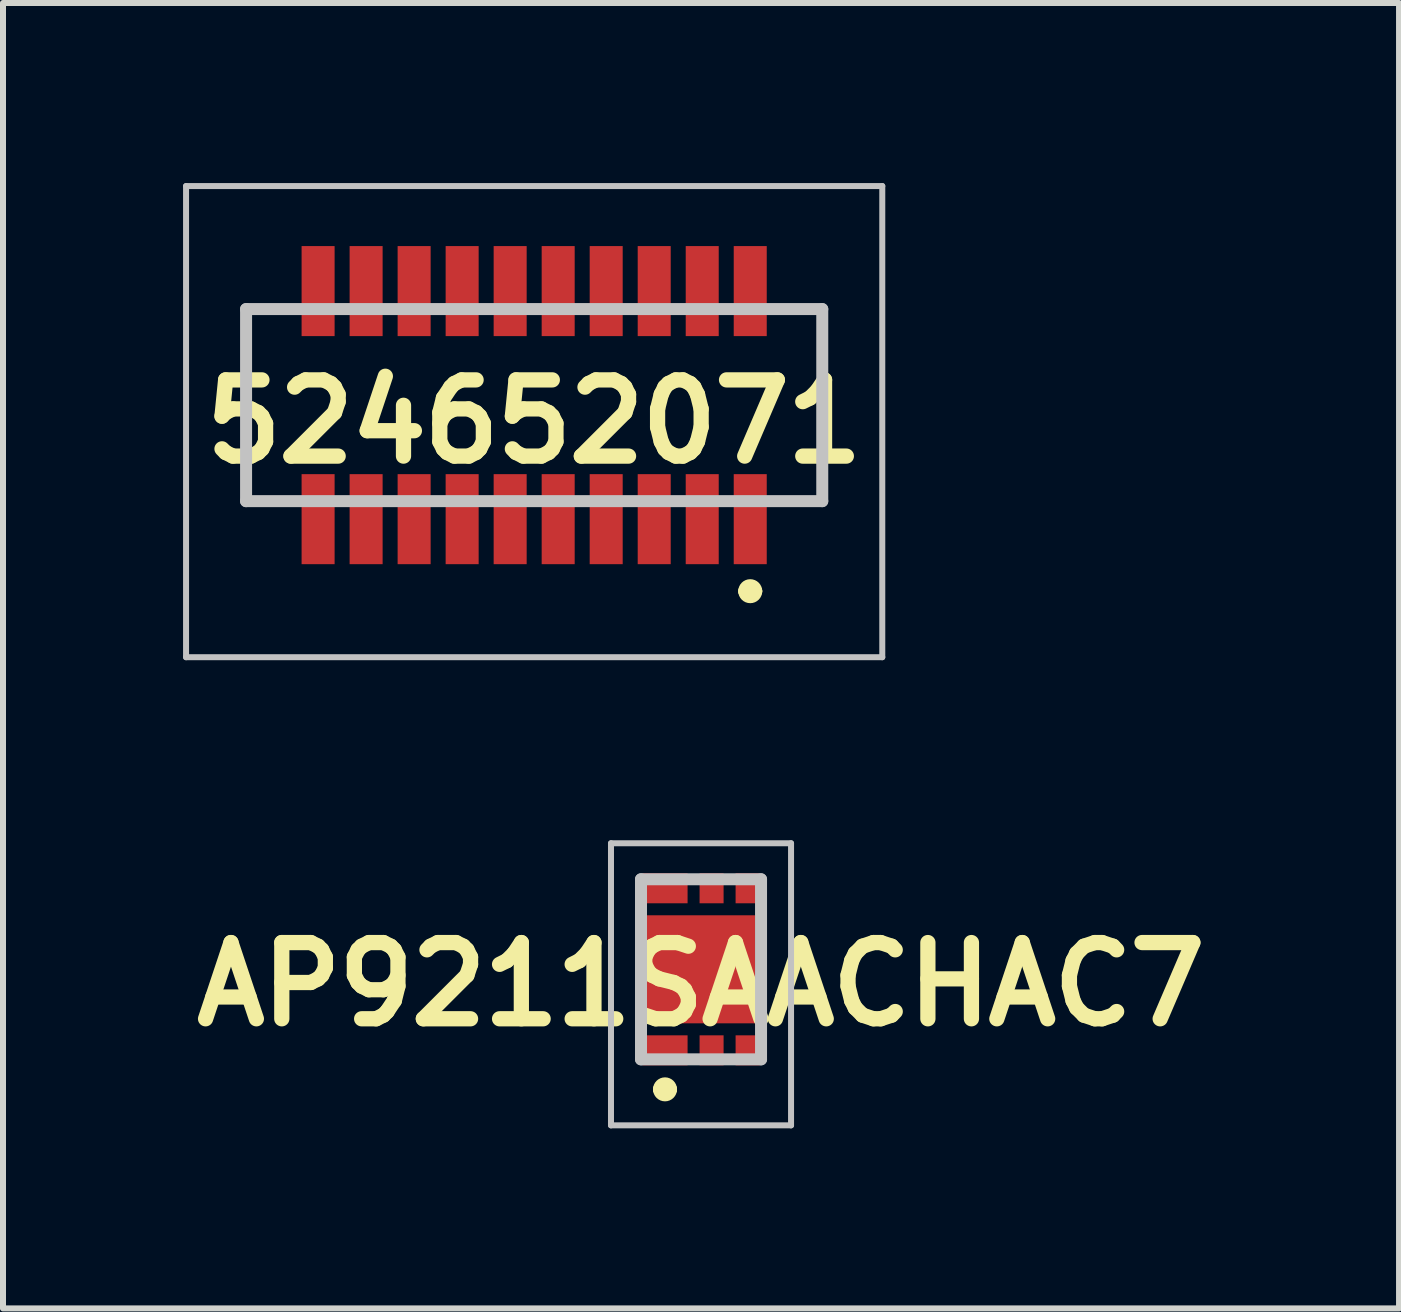
<source format=kicad_pcb>
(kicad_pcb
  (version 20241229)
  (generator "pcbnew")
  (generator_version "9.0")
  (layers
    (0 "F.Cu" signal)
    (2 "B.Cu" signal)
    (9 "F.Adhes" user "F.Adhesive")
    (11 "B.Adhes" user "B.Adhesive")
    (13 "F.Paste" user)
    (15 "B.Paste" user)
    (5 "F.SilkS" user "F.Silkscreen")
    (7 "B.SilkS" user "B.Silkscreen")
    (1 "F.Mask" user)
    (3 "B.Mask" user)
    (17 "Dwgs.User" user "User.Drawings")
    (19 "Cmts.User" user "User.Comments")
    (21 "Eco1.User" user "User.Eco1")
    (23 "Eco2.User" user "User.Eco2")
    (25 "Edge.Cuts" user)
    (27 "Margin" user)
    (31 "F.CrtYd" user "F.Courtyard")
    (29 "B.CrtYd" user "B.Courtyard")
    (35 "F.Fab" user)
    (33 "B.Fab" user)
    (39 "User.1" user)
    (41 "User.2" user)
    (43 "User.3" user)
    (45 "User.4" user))
  (footprint "AP9211SAACHAC7"
    (layer "F.Cu")
    (at 8.63 13.1)
    (property "Reference" "AP9211SAACHAC7" (at 0 0.25 0) (layer "F.SilkS") (effects (font (size 1.27 1.27) (thickness 0.254))))
    (attr smd)
    (fp_line (start -1 -1) (end -1 1) (stroke (width 0.1) (type solid)) (layer "F.SilkS"))
    (fp_line (start -0.7 2) (end -0.7 2) (stroke (width 0.2) (type solid)) (layer "F.SilkS"))
    (fp_line (start -0.5 2) (end -0.5 2) (stroke (width 0.2) (type solid)) (layer "F.SilkS"))
    (fp_line (start 1 -1) (end 1 1) (stroke (width 0.1) (type solid)) (layer "F.SilkS"))
    (fp_arc (start -0.7 2) (mid -0.6 1.9) (end -0.5 2) (stroke (width 0.2) (type solid)) (layer "F.SilkS"))
    (fp_arc (start -0.5 2) (mid -0.6 2.1) (end -0.7 2) (stroke (width 0.2) (type solid)) (layer "F.SilkS"))
    (fp_line (start -1.5 -2.1) (end 1.5 -2.1) (stroke (width 0.1) (type solid)) (layer "Dwgs.User"))
    (fp_line (start -1.5 2.6) (end -1.5 -2.1) (stroke (width 0.1) (type solid)) (layer "Dwgs.User"))
    (fp_line (start -1 -1.5) (end 1 -1.5) (stroke (width 0.2) (type solid)) (layer "Dwgs.User"))
    (fp_line (start -1 1.5) (end -1 -1.5) (stroke (width 0.2) (type solid)) (layer "Dwgs.User"))
    (fp_line (start 1 -1.5) (end 1 1.5) (stroke (width 0.2) (type solid)) (layer "Dwgs.User"))
    (fp_line (start 1 1.5) (end -1 1.5) (stroke (width 0.2) (type solid)) (layer "Dwgs.User"))
    (fp_line (start 1.5 -2.1) (end 1.5 2.6) (stroke (width 0.1) (type solid)) (layer "Dwgs.User"))
    (fp_line (start 1.5 2.6) (end -1.5 2.6) (stroke (width 0.1) (type solid)) (layer "Dwgs.User"))
    (pad "1" smd rect (at -0.599 1.35 90) (size 0.5 0.75) (layers "F.Cu" "F.Paste"))
    (pad "2" smd rect (at 0.176 1.35) (size 0.4 0.5) (layers "F.Cu" "F.Paste"))
    (pad "3" smd rect (at 0.776 1.35) (size 0.4 0.5) (layers "F.Cu" "F.Paste"))
    (pad "4" smd rect (at 0.776 -1.35) (size 0.4 0.5) (layers "F.Cu" "F.Paste"))
    (pad "5" smd rect (at 0.176 -1.35) (size 0.4 0.5) (layers "F.Cu" "F.Paste"))
    (pad "6" smd rect (at -0.599 -1.35 90) (size 0.5 0.75) (layers "F.Cu" "F.Paste"))
    (pad "7" smd rect (at 0 0 90) (size 1.8 1.8) (layers "F.Cu" "F.Paste")))
  (footprint "524652071"
    (layer "F.Cu")
    (at 5.85 3.975)
    (property "Reference" "524652071" (at 0 0 0) (layer "F.SilkS") (effects (font (size 1.27 1.27) (thickness 0.254))))
    (attr smd)
    (fp_line (start -4.8 -1.875) (end -4.8 1.325) (stroke (width 0.1) (type solid)) (layer "F.SilkS"))
    (fp_line (start -4.8 1.325) (end -4.5 1.325) (stroke (width 0.1) (type solid)) (layer "F.SilkS"))
    (fp_line (start -4.5 -1.875) (end -4.8 -1.875) (stroke (width 0.1) (type solid)) (layer "F.SilkS"))
    (fp_line (start 3.5 2.825) (end 3.5 2.825) (stroke (width 0.2) (type solid)) (layer "F.SilkS"))
    (fp_line (start 3.7 2.825) (end 3.7 2.825) (stroke (width 0.2) (type solid)) (layer "F.SilkS"))
    (fp_line (start 4.5 -1.875) (end 4.8 -1.875) (stroke (width 0.1) (type solid)) (layer "F.SilkS"))
    (fp_line (start 4.8 -1.875) (end 4.8 1.325) (stroke (width 0.1) (type solid)) (layer "F.SilkS"))
    (fp_line (start 4.8 1.325) (end 4.5 1.325) (stroke (width 0.1) (type solid)) (layer "F.SilkS"))
    (fp_arc (start 3.5 2.825) (mid 3.6 2.725) (end 3.7 2.825) (stroke (width 0.2) (type solid)) (layer "F.SilkS"))
    (fp_arc (start 3.7 2.825) (mid 3.6 2.925) (end 3.5 2.825) (stroke (width 0.2) (type solid)) (layer "F.SilkS"))
    (fp_line (start -5.8 -3.925) (end 5.8 -3.925) (stroke (width 0.1) (type solid)) (layer "Dwgs.User"))
    (fp_line (start -5.8 3.925) (end -5.8 -3.925) (stroke (width 0.1) (type solid)) (layer "Dwgs.User"))
    (fp_line (start -4.8 -1.875) (end 4.8 -1.875) (stroke (width 0.2) (type solid)) (layer "Dwgs.User"))
    (fp_line (start -4.8 1.325) (end -4.8 -1.875) (stroke (width 0.2) (type solid)) (layer "Dwgs.User"))
    (fp_line (start 4.8 -1.875) (end 4.8 1.325) (stroke (width 0.2) (type solid)) (layer "Dwgs.User"))
    (fp_line (start 4.8 1.325) (end -4.8 1.325) (stroke (width 0.2) (type solid)) (layer "Dwgs.User"))
    (fp_line (start 5.8 -3.925) (end 5.8 3.925) (stroke (width 0.1) (type solid)) (layer "Dwgs.User"))
    (fp_line (start 5.8 3.925) (end -5.8 3.925) (stroke (width 0.1) (type solid)) (layer "Dwgs.User"))
    (pad "1" smd rect (at 3.6 1.625) (size 0.55 1.5) (layers "F.Cu" "F.Paste"))
    (pad "2" smd rect (at 3.6 -2.175) (size 0.55 1.5) (layers "F.Cu" "F.Paste"))
    (pad "3" smd rect (at 2.8 1.625) (size 0.55 1.5) (layers "F.Cu" "F.Paste"))
    (pad "4" smd rect (at 2.8 -2.175) (size 0.55 1.5) (layers "F.Cu" "F.Paste"))
    (pad "5" smd rect (at 2 1.625) (size 0.55 1.5) (layers "F.Cu" "F.Paste"))
    (pad "6" smd rect (at 2 -2.175) (size 0.55 1.5) (layers "F.Cu" "F.Paste"))
    (pad "7" smd rect (at 1.2 1.625) (size 0.55 1.5) (layers "F.Cu" "F.Paste"))
    (pad "8" smd rect (at 1.2 -2.175) (size 0.55 1.5) (layers "F.Cu" "F.Paste"))
    (pad "9" smd rect (at 0.4 1.625) (size 0.55 1.5) (layers "F.Cu" "F.Paste"))
    (pad "10" smd rect (at 0.4 -2.175) (size 0.55 1.5) (layers "F.Cu" "F.Paste"))
    (pad "11" smd rect (at -0.4 1.625) (size 0.55 1.5) (layers "F.Cu" "F.Paste"))
    (pad "12" smd rect (at -0.4 -2.175) (size 0.55 1.5) (layers "F.Cu" "F.Paste"))
    (pad "13" smd rect (at -1.2 1.625) (size 0.55 1.5) (layers "F.Cu" "F.Paste"))
    (pad "14" smd rect (at -1.2 -2.175) (size 0.55 1.5) (layers "F.Cu" "F.Paste"))
    (pad "15" smd rect (at -2 1.625) (size 0.55 1.5) (layers "F.Cu" "F.Paste"))
    (pad "16" smd rect (at -2 -2.175) (size 0.55 1.5) (layers "F.Cu" "F.Paste"))
    (pad "17" smd rect (at -2.8 1.625) (size 0.55 1.5) (layers "F.Cu" "F.Paste"))
    (pad "18" smd rect (at -2.8 -2.175) (size 0.55 1.5) (layers "F.Cu" "F.Paste"))
    (pad "19" smd rect (at -3.6 1.625) (size 0.55 1.5) (layers "F.Cu" "F.Paste"))
    (pad "20" smd rect (at -3.6 -2.175) (size 0.55 1.5) (layers "F.Cu" "F.Paste")))
  (gr_rect
    (start -3 -3)
    (end 20.26 18.75)
    (stroke (width 0.1) (type default))
    (fill no)
    (layer "Edge.Cuts")))
</source>
